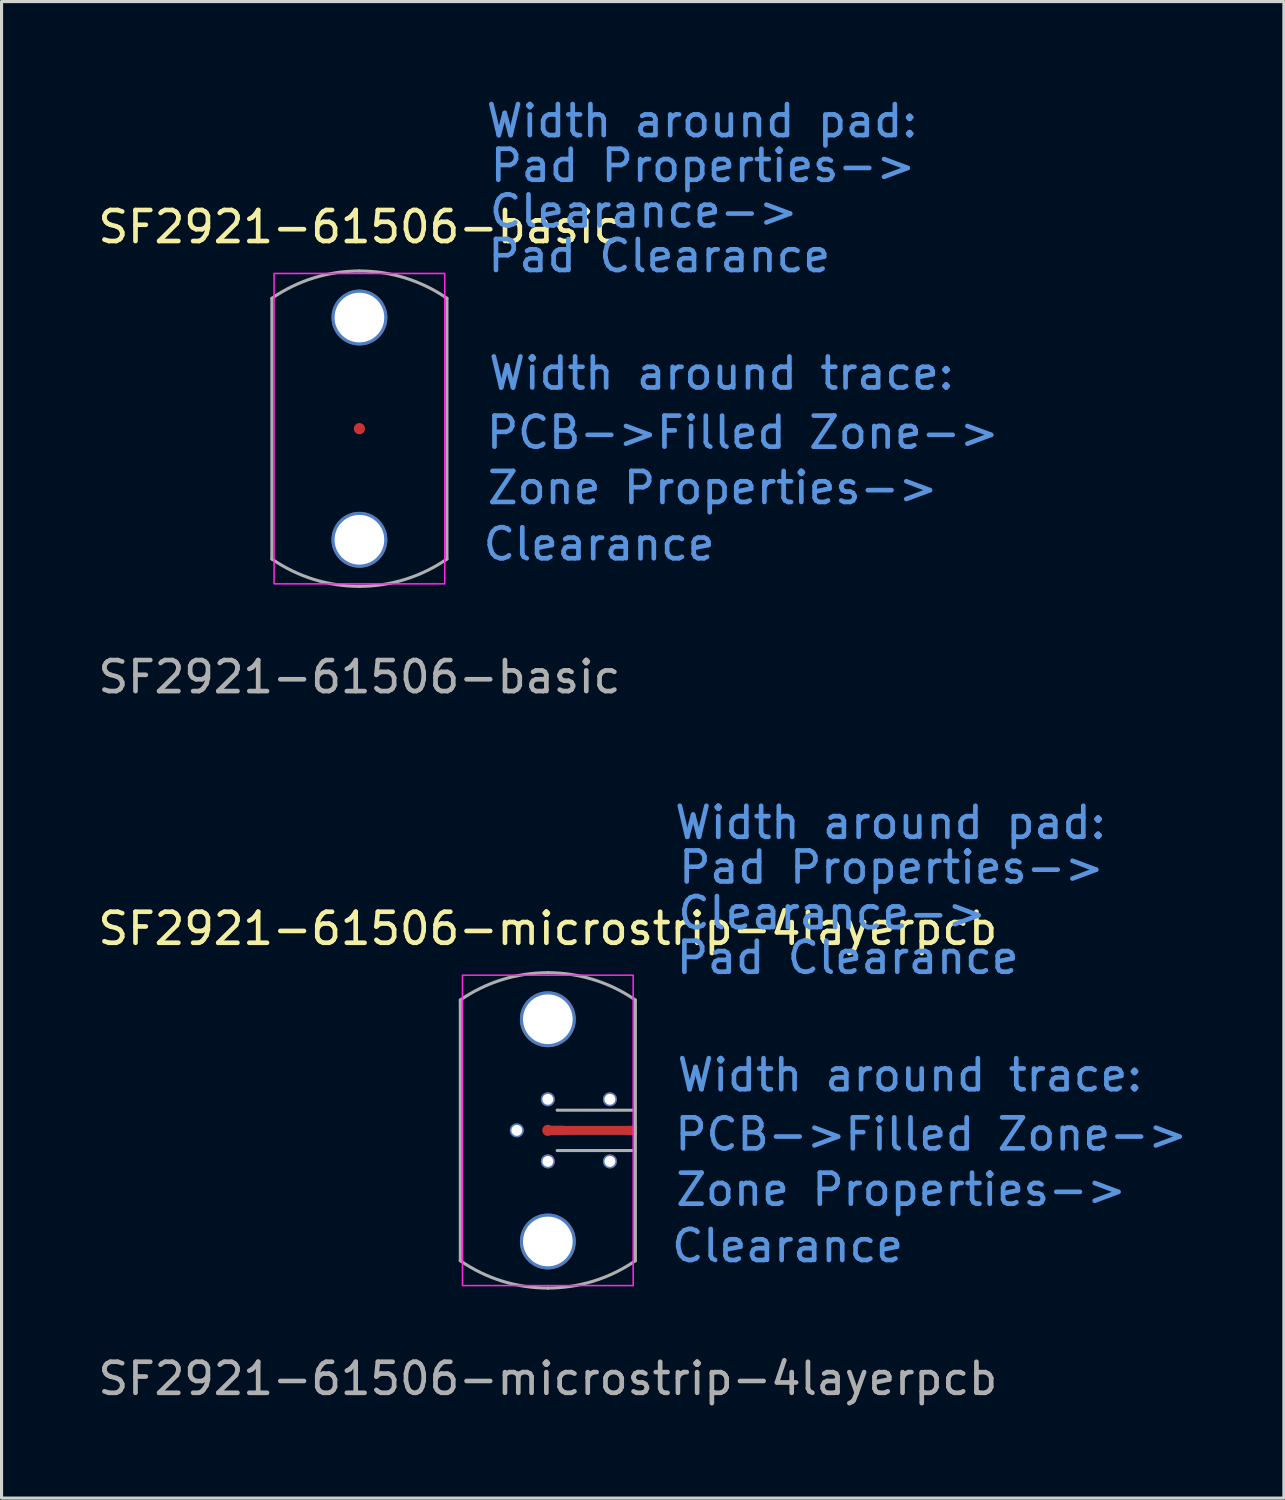
<source format=kicad_pcb>
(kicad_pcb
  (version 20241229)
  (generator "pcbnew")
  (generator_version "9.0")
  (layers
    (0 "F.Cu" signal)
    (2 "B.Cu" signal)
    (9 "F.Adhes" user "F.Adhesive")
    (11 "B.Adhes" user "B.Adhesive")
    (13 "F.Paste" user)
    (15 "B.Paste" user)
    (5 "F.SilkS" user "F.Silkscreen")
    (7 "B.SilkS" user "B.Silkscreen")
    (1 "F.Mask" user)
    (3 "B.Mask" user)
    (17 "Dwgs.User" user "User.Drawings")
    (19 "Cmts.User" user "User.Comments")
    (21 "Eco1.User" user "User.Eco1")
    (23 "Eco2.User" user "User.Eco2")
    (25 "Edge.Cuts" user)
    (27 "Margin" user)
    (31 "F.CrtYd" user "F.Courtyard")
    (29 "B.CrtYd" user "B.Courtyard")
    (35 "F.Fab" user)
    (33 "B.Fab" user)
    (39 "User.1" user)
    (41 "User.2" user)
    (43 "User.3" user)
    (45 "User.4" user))
  (footprint "SF2921-61506-basic"
    (layer "F.Cu")
    (at 8.53 10.761)
    (property "Reference" "SF2921-61506-basic" (at 0 -6.5 0) (unlocked yes) (layer "F.SilkS") (effects (font (size 1 1) (thickness 0.15))))
    (fp_poly (pts (xy -0.031 -0.031) (xy 2.846 -0.031) (xy 2.846 4.221) (xy 2.627 4.378) (xy 2.314 4.565) (xy 2.033 4.691) (xy 1.532 4.878) (xy 1.032 5.003) (xy 0.657 5.066) (xy 0.094 5.097) (xy -0.031 5.097)) (stroke (width 0.12) (type solid)) (fill yes) (layer "F.Mask"))
    (fp_poly (pts (xy -0.031 0.031) (xy 2.846 0.031) (xy 2.846 -4.221) (xy 2.627 -4.378) (xy 2.314 -4.565) (xy 2.033 -4.691) (xy 1.532 -4.878) (xy 1.032 -5.003) (xy 0.657 -5.066) (xy 0.094 -5.097) (xy -0.031 -5.097)) (stroke (width 0.12) (type solid)) (fill yes) (layer "F.Mask"))
    (fp_poly (pts (xy 0.031 -0.031) (xy -2.846 -0.031) (xy -2.846 4.221) (xy -2.627 4.378) (xy -2.314 4.565) (xy -2.033 4.691) (xy -1.532 4.878) (xy -1.032 5.003) (xy -0.657 5.066) (xy -0.094 5.097) (xy 0.031 5.097)) (stroke (width 0.12) (type solid)) (fill yes) (layer "F.Mask"))
    (fp_poly (pts (xy 0.031 0.031) (xy -2.846 0.031) (xy -2.846 -4.221) (xy -2.627 -4.378) (xy -2.314 -4.565) (xy -2.033 -4.691) (xy -1.532 -4.878) (xy -1.032 -5.003) (xy -0.657 -5.066) (xy -0.094 -5.097) (xy 0.031 -5.097)) (stroke (width 0.12) (type solid)) (fill yes) (layer "F.Mask"))
    (fp_poly (pts (xy -0.031 -0.031) (xy 2.846 -0.031) (xy 2.846 4.221) (xy 2.627 4.378) (xy 2.314 4.565) (xy 2.033 4.691) (xy 1.532 4.878) (xy 1.032 5.003) (xy 0.657 5.066) (xy 0.094 5.097) (xy -0.031 5.097)) (stroke (width 0.12) (type solid)) (fill yes) (layer "B.Mask"))
    (fp_poly (pts (xy -0.031 0.031) (xy 2.846 0.031) (xy 2.846 -4.221) (xy 2.627 -4.378) (xy 2.314 -4.565) (xy 2.033 -4.691) (xy 1.532 -4.878) (xy 1.032 -5.003) (xy 0.657 -5.066) (xy 0.094 -5.097) (xy -0.031 -5.097)) (stroke (width 0.12) (type solid)) (fill yes) (layer "B.Mask"))
    (fp_poly (pts (xy 0.031 -0.031) (xy -2.846 -0.031) (xy -2.846 4.221) (xy -2.627 4.378) (xy -2.314 4.565) (xy -2.033 4.691) (xy -1.532 4.878) (xy -1.032 5.003) (xy -0.657 5.066) (xy -0.094 5.097) (xy 0.031 5.097)) (stroke (width 0.12) (type solid)) (fill yes) (layer "B.Mask"))
    (fp_poly (pts (xy 0.031 0.031) (xy -2.846 0.031) (xy -2.846 -4.221) (xy -2.627 -4.378) (xy -2.314 -4.565) (xy -2.033 -4.691) (xy -1.532 -4.878) (xy -1.032 -5.003) (xy -0.657 -5.066) (xy -0.094 -5.097) (xy 0.031 -5.097)) (stroke (width 0.12) (type solid)) (fill yes) (layer "B.Mask"))
    (fp_rect (start -2.75 -5) (end 2.75 5) (stroke (width 0.05) (type solid)) (fill no) (layer "F.CrtYd"))
    (fp_line (start -2.82 4.2) (end -2.82 -4.2) (stroke (width 0.1) (type solid)) (layer "F.Fab"))
    (fp_line (start 2.82 4.2) (end 2.82 -4.2) (stroke (width 0.1) (type solid)) (layer "F.Fab"))
    (fp_arc (start -2.82 -4.2) (mid -1.477058 -4.85489) (end 0 -5.08) (stroke (width 0.1) (type solid)) (layer "F.Fab"))
    (fp_arc (start 0 -5.08) (mid 1.477058 -4.85489) (end 2.82 -4.2) (stroke (width 0.1) (type solid)) (layer "F.Fab"))
    (fp_arc (start 0 5.08) (mid -1.477058 4.85489) (end -2.82 4.2) (stroke (width 0.1) (type solid)) (layer "F.Fab"))
    (fp_arc (start 2.82 4.2) (mid 1.477058 4.85489) (end 0 5.08) (stroke (width 0.1) (type solid)) (layer "F.Fab"))
    (fp_text user "Clearance" (at 7.724 3.721 0) (unlocked yes) (layer "Cmts.User") (effects (font (size 1 1) (thickness 0.15))))
    (fp_text user "Width around trace:" (at 11.664 -1.782 0) (unlocked yes) (layer "Cmts.User") (effects (font (size 1 1) (thickness 0.15))))
    (fp_text user "Pad Clearance" (at 9.662 -5.566 0) (unlocked yes) (layer "Cmts.User") (effects (font (size 1 1) (thickness 0.15))))
    (fp_text user "Width around pad:" (at 11.038 -9.913 0) (unlocked yes) (layer "Cmts.User") (effects (font (size 1 1) (thickness 0.15))))
    (fp_text user "Pad Properties->" (at 11.07 -8.474 0) (unlocked yes) (layer "Cmts.User") (effects (font (size 1 1) (thickness 0.15))))
    (fp_text user "PCB->Filled Zone->" (at 12.352 0.125 0) (unlocked yes) (layer "Cmts.User") (effects (font (size 1 1) (thickness 0.15))))
    (fp_text user "Zone Properties->" (at 11.382 1.907 0) (unlocked yes) (layer "Cmts.User") (effects (font (size 1 1) (thickness 0.15))))
    (fp_text user "Clearance->" (at 9.162 -7.004 0) (unlocked yes) (layer "Cmts.User") (effects (font (size 1 1) (thickness 0.15))))
    (fp_text user "${REFERENCE}" (at 0 8 0) (unlocked yes) (layer "F.Fab") (effects (font (size 1 1) (thickness 0.15))))
    (pad "1" smd circle (at 0 0) (size 0.36 0.36) (layers "F.Cu" "F.Mask"))
    (pad "2" thru_hole circle (at 0 -3.58) (size 1.8 1.8) (drill 1.6) (layers "*.Cu" "*.Mask") (remove_unused_layers yes) (keep_end_layers yes) (zone_layer_connections))
    (pad "2" thru_hole circle (at 0 3.58) (size 1.8 1.8) (drill 1.6) (layers "*.Cu" "*.Mask") (remove_unused_layers yes) (keep_end_layers yes) (zone_layer_connections)))
  (footprint "SF2921-61506-microstrip-4layerpcb"
    (layer "F.Cu")
    (at 14.601 33.37)
    (property "Reference" "SF2921-61506-microstrip-4layerpcb" (at 0 -6.5 0) (unlocked yes) (layer "F.SilkS") (effects (font (size 1 1) (thickness 0.15))))
    (fp_poly (pts (xy -0.031 -0.031) (xy 2.846 -0.031) (xy 2.846 4.221) (xy 2.627 4.378) (xy 2.314 4.565) (xy 2.033 4.691) (xy 1.532 4.878) (xy 1.032 5.003) (xy 0.657 5.066) (xy 0.094 5.097) (xy -0.031 5.097)) (stroke (width 0.12) (type solid)) (fill yes) (layer "F.Mask"))
    (fp_poly (pts (xy -0.031 0.031) (xy 2.846 0.031) (xy 2.846 -4.221) (xy 2.627 -4.378) (xy 2.314 -4.565) (xy 2.033 -4.691) (xy 1.532 -4.878) (xy 1.032 -5.003) (xy 0.657 -5.066) (xy 0.094 -5.097) (xy -0.031 -5.097)) (stroke (width 0.12) (type solid)) (fill yes) (layer "F.Mask"))
    (fp_poly (pts (xy 0.031 -0.031) (xy -2.846 -0.031) (xy -2.846 4.221) (xy -2.627 4.378) (xy -2.314 4.565) (xy -2.033 4.691) (xy -1.532 4.878) (xy -1.032 5.003) (xy -0.657 5.066) (xy -0.094 5.097) (xy 0.031 5.097)) (stroke (width 0.12) (type solid)) (fill yes) (layer "F.Mask"))
    (fp_poly (pts (xy 0.031 0.031) (xy -2.846 0.031) (xy -2.846 -4.221) (xy -2.627 -4.378) (xy -2.314 -4.565) (xy -2.033 -4.691) (xy -1.532 -4.878) (xy -1.032 -5.003) (xy -0.657 -5.066) (xy -0.094 -5.097) (xy 0.031 -5.097)) (stroke (width 0.12) (type solid)) (fill yes) (layer "F.Mask"))
    (fp_poly (pts (xy -0.031 -0.031) (xy 2.846 -0.031) (xy 2.846 4.221) (xy 2.627 4.378) (xy 2.314 4.565) (xy 2.033 4.691) (xy 1.532 4.878) (xy 1.032 5.003) (xy 0.657 5.066) (xy 0.094 5.097) (xy -0.031 5.097)) (stroke (width 0.12) (type solid)) (fill yes) (layer "B.Mask"))
    (fp_poly (pts (xy -0.031 0.031) (xy 2.846 0.031) (xy 2.846 -4.221) (xy 2.627 -4.378) (xy 2.314 -4.565) (xy 2.033 -4.691) (xy 1.532 -4.878) (xy 1.032 -5.003) (xy 0.657 -5.066) (xy 0.094 -5.097) (xy -0.031 -5.097)) (stroke (width 0.12) (type solid)) (fill yes) (layer "B.Mask"))
    (fp_poly (pts (xy 0.031 -0.031) (xy -2.846 -0.031) (xy -2.846 4.221) (xy -2.627 4.378) (xy -2.314 4.565) (xy -2.033 4.691) (xy -1.532 4.878) (xy -1.032 5.003) (xy -0.657 5.066) (xy -0.094 5.097) (xy 0.031 5.097)) (stroke (width 0.12) (type solid)) (fill yes) (layer "B.Mask"))
    (fp_poly (pts (xy 0.031 0.031) (xy -2.846 0.031) (xy -2.846 -4.221) (xy -2.627 -4.378) (xy -2.314 -4.565) (xy -2.033 -4.691) (xy -1.532 -4.878) (xy -1.032 -5.003) (xy -0.657 -5.066) (xy -0.094 -5.097) (xy 0.031 -5.097)) (stroke (width 0.12) (type solid)) (fill yes) (layer "B.Mask"))
    (fp_rect (start -2.75 -5) (end 2.75 5) (stroke (width 0.05) (type solid)) (fill no) (layer "F.CrtYd"))
    (fp_line (start -2.82 4.2) (end -2.82 -4.2) (stroke (width 0.1) (type solid)) (layer "F.Fab"))
    (fp_line (start 2.8 -0.65) (end 0.3 -0.65) (stroke (width 0.1) (type solid)) (layer "F.Fab"))
    (fp_line (start 2.8 0.65) (end 0.3 0.65) (stroke (width 0.1) (type solid)) (layer "F.Fab"))
    (fp_line (start 2.82 4.2) (end 2.82 -4.2) (stroke (width 0.1) (type solid)) (layer "F.Fab"))
    (fp_arc (start -2.82 -4.2) (mid -1.477058 -4.85489) (end 0 -5.08) (stroke (width 0.1) (type solid)) (layer "F.Fab"))
    (fp_arc (start 0 -5.08) (mid 1.477058 -4.85489) (end 2.82 -4.2) (stroke (width 0.1) (type solid)) (layer "F.Fab"))
    (fp_arc (start 0 5.08) (mid -1.477058 4.85489) (end -2.82 4.2) (stroke (width 0.1) (type solid)) (layer "F.Fab"))
    (fp_arc (start 2.82 4.2) (mid 1.477058 4.85489) (end 0 5.08) (stroke (width 0.1) (type solid)) (layer "F.Fab"))
    (fp_text user "Zone Properties->" (at 11.382 1.907 0) (unlocked yes) (layer "Cmts.User") (effects (font (size 1 1) (thickness 0.15))))
    (fp_text user "Width around trace:" (at 11.664 -1.782 0) (unlocked yes) (layer "Cmts.User") (effects (font (size 1 1) (thickness 0.15))))
    (fp_text user "Clearance" (at 7.724 3.721 0) (unlocked yes) (layer "Cmts.User") (effects (font (size 1 1) (thickness 0.15))))
    (fp_text user "Pad Clearance" (at 9.662 -5.566 0) (unlocked yes) (layer "Cmts.User") (effects (font (size 1 1) (thickness 0.15))))
    (fp_text user "Clearance->" (at 9.162 -7.004 0) (unlocked yes) (layer "Cmts.User") (effects (font (size 1 1) (thickness 0.15))))
    (fp_text user "Pad Properties->" (at 11.07 -8.474 0) (unlocked yes) (layer "Cmts.User") (effects (font (size 1 1) (thickness 0.15))))
    (fp_text user "PCB->Filled Zone->" (at 12.352 0.125 0) (unlocked yes) (layer "Cmts.User") (effects (font (size 1 1) (thickness 0.15))))
    (fp_text user "Width around pad:" (at 11.038 -9.913 0) (unlocked yes) (layer "Cmts.User") (effects (font (size 1 1) (thickness 0.15))))
    (fp_text user "${REFERENCE}" (at 0 8 0) (unlocked yes) (layer "F.Fab") (effects (font (size 1 1) (thickness 0.15))))
    (pad "1" smd circle (at 0 0) (size 0.36 0.36) (layers "F.Cu" "F.Mask"))
    (pad "1" smd rect (at 0.3 0) (size 0.4 0.3) (layers "F.Cu" "F.Mask"))
    (pad "1" smd rect (at 1.6 0) (size 2.55 0.29) (layers "F.Cu" "F.Mask"))
    (pad "1" smd rect (at 2.7 0) (size 0.2 0.29) (layers "F.Cu" "F.Mask"))
    (pad "2" thru_hole circle (at -1 0) (size 0.45 0.45) (drill 0.35) (layers "*.Cu" "*.Mask") (remove_unused_layers yes) (keep_end_layers yes) (zone_layer_connections))
    (pad "2" thru_hole circle (at 0 -3.58) (size 1.8 1.8) (drill 1.6) (layers "*.Cu" "*.Mask") (remove_unused_layers yes) (keep_end_layers yes) (zone_layer_connections))
    (pad "2" thru_hole circle (at 0 -1) (size 0.45 0.45) (drill 0.35) (layers "*.Cu" "*.Mask") (remove_unused_layers yes) (keep_end_layers yes) (zone_layer_connections))
    (pad "2" thru_hole circle (at 0 1) (size 0.45 0.45) (drill 0.35) (layers "*.Cu" "*.Mask") (remove_unused_layers yes) (keep_end_layers yes) (zone_layer_connections))
    (pad "2" thru_hole circle (at 0 3.58) (size 1.8 1.8) (drill 1.6) (layers "*.Cu" "*.Mask") (remove_unused_layers yes) (keep_end_layers yes) (zone_layer_connections))
    (pad "2" thru_hole circle (at 2 -1) (size 0.45 0.45) (drill 0.35) (layers "*.Cu" "*.Mask") (remove_unused_layers yes) (keep_end_layers yes) (zone_layer_connections))
    (pad "2" thru_hole circle (at 2 1) (size 0.45 0.45) (drill 0.35) (layers "*.Cu" "*.Mask") (remove_unused_layers yes) (keep_end_layers yes) (zone_layer_connections)))
  (gr_rect
    (start -3 -3)
    (end 38.316 45.218)
    (stroke (width 0.1) (type default))
    (fill no)
    (layer "Edge.Cuts")))
</source>
